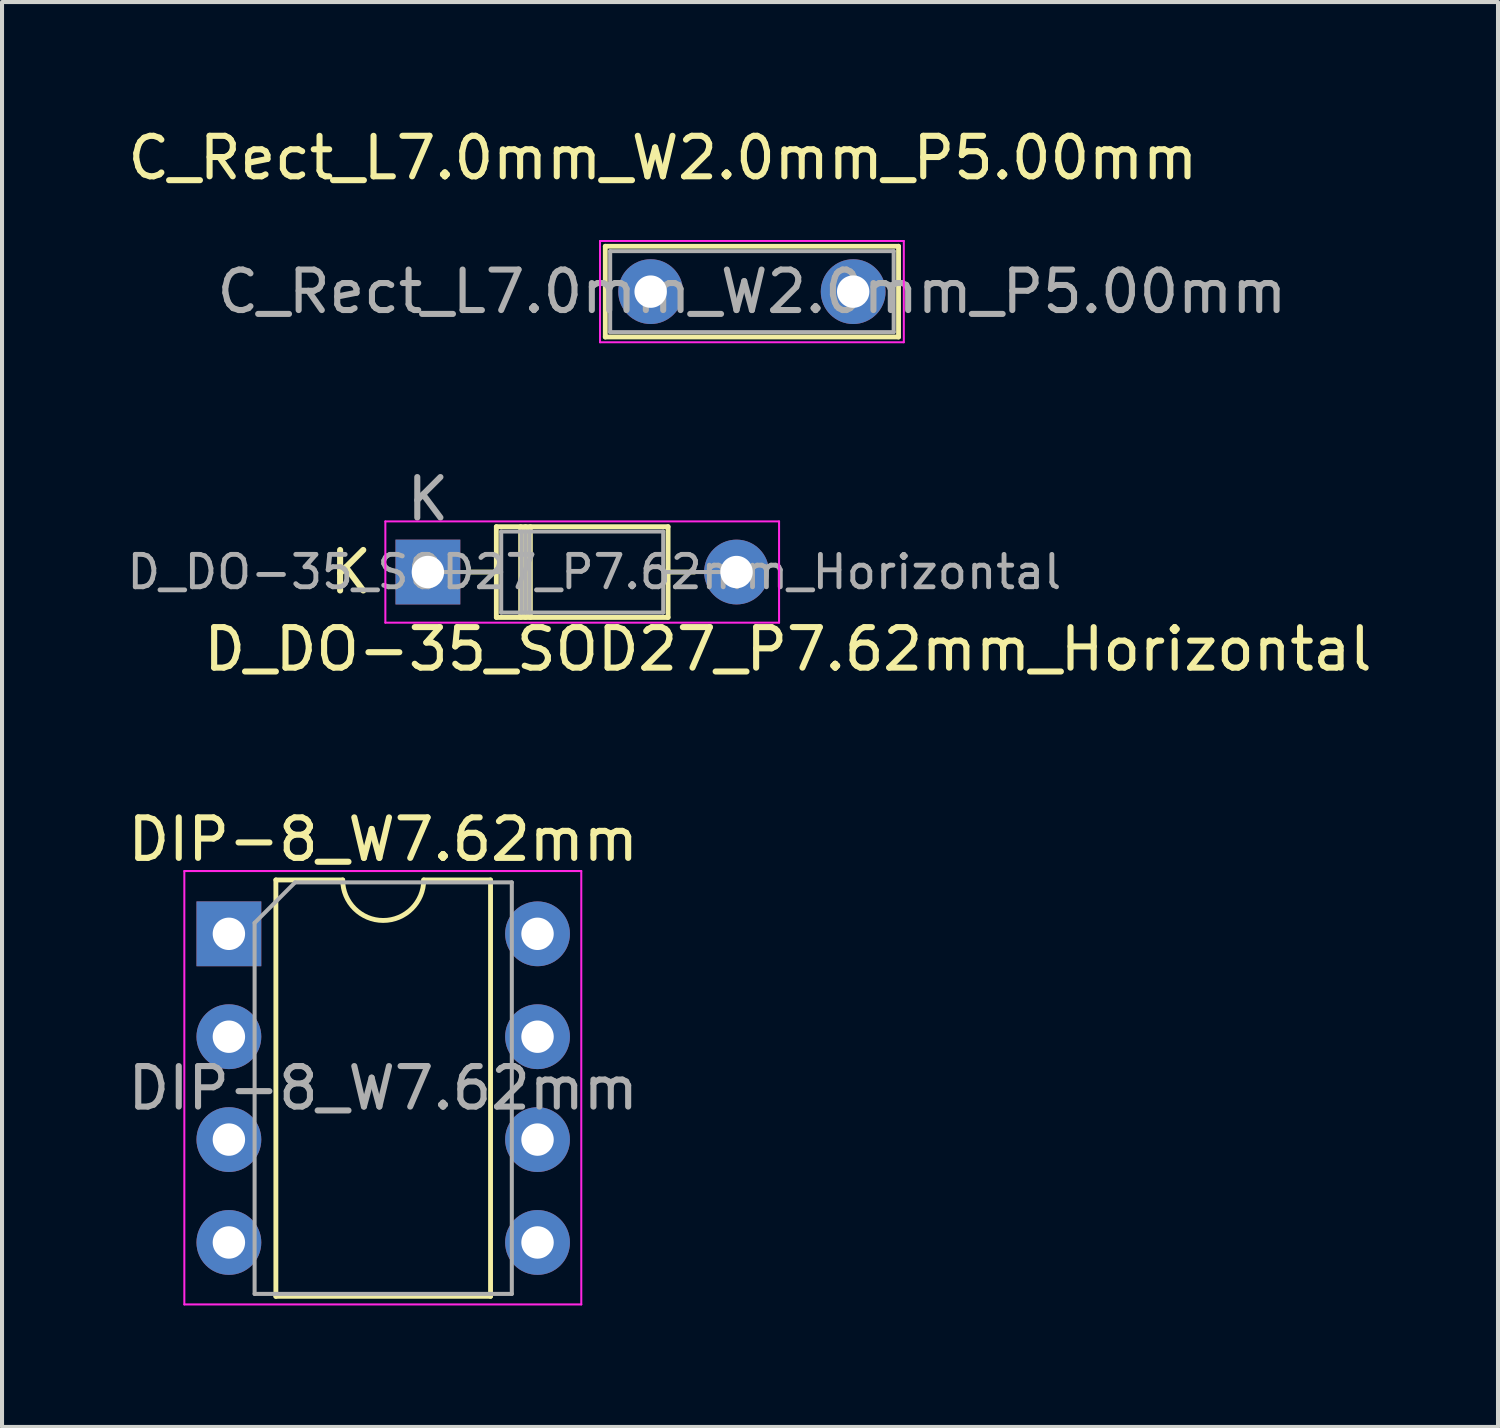
<source format=kicad_pcb>
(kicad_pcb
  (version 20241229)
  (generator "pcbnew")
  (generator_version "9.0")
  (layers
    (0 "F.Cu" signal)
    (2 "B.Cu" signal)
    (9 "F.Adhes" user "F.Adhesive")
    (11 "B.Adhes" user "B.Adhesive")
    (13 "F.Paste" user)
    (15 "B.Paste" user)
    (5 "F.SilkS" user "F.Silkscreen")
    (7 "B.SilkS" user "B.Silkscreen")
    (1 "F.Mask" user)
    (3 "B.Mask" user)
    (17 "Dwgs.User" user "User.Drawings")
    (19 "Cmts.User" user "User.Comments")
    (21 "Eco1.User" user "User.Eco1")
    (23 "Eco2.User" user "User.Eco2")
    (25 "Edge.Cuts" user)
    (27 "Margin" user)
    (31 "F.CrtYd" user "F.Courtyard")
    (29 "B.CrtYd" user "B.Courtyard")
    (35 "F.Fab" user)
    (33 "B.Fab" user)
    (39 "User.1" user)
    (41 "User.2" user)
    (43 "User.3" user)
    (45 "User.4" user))
  (footprint "C_Rect_L7.0mm_W2.0mm_P5.00mm"
    (layer "F.Cu")
    (at 13.014 4.15)
    (property "Reference" "C_Rect_L7.0mm_W2.0mm_P5.00mm" (at 0.301 -3.302 0) (layer "F.SilkS") (effects (font (size 1 1) (thickness 0.15))))
    (attr through_hole)
    (fp_line (start -1.12 -1.12) (end -1.12 1.12) (stroke (width 0.12) (type solid)) (layer "F.SilkS"))
    (fp_line (start -1.12 -1.12) (end 6.12 -1.12) (stroke (width 0.12) (type solid)) (layer "F.SilkS"))
    (fp_line (start -1.12 1.12) (end 6.12 1.12) (stroke (width 0.12) (type solid)) (layer "F.SilkS"))
    (fp_line (start 6.12 -1.12) (end 6.12 1.12) (stroke (width 0.12) (type solid)) (layer "F.SilkS"))
    (fp_line (start -1.25 -1.25) (end -1.25 1.25) (stroke (width 0.05) (type solid)) (layer "F.CrtYd"))
    (fp_line (start -1.25 1.25) (end 6.25 1.25) (stroke (width 0.05) (type solid)) (layer "F.CrtYd"))
    (fp_line (start 6.25 -1.25) (end -1.25 -1.25) (stroke (width 0.05) (type solid)) (layer "F.CrtYd"))
    (fp_line (start 6.25 1.25) (end 6.25 -1.25) (stroke (width 0.05) (type solid)) (layer "F.CrtYd"))
    (fp_line (start -1 -1) (end -1 1) (stroke (width 0.1) (type solid)) (layer "F.Fab"))
    (fp_line (start -1 1) (end 6 1) (stroke (width 0.1) (type solid)) (layer "F.Fab"))
    (fp_line (start 6 -1) (end -1 -1) (stroke (width 0.1) (type solid)) (layer "F.Fab"))
    (fp_line (start 6 1) (end 6 -1) (stroke (width 0.1) (type solid)) (layer "F.Fab"))
    (fp_text user "${REFERENCE}" (at 2.5 0 0) (layer "F.Fab") (effects (font (size 1 1) (thickness 0.15))))
    (pad "1" thru_hole circle (at 0 0) (size 1.6 1.6) (drill 0.8) (layers "*.Cu" "*.Mask"))
    (pad "2" thru_hole circle (at 5 0) (size 1.6 1.6) (drill 0.8) (layers "*.Cu" "*.Mask")))
  (footprint "D_DO-35_SOD27_P7.62mm_Horizontal"
    (layer "F.Cu")
    (at 7.514 11.073)
    (property "Reference" "D_DO-35_SOD27_P7.62mm_Horizontal" (at 8.89 1.905 180) (layer "F.SilkS") (effects (font (size 1 1) (thickness 0.15))))
    (attr through_hole)
    (fp_line (start 1.04 0) (end 1.69 0) (stroke (width 0.12) (type solid)) (layer "F.SilkS"))
    (fp_line (start 1.69 -1.12) (end 1.69 1.12) (stroke (width 0.12) (type solid)) (layer "F.SilkS"))
    (fp_line (start 1.69 1.12) (end 5.93 1.12) (stroke (width 0.12) (type solid)) (layer "F.SilkS"))
    (fp_line (start 2.29 -1.12) (end 2.29 1.12) (stroke (width 0.12) (type solid)) (layer "F.SilkS"))
    (fp_line (start 2.41 -1.12) (end 2.41 1.12) (stroke (width 0.12) (type solid)) (layer "F.SilkS"))
    (fp_line (start 2.53 -1.12) (end 2.53 1.12) (stroke (width 0.12) (type solid)) (layer "F.SilkS"))
    (fp_line (start 5.93 -1.12) (end 1.69 -1.12) (stroke (width 0.12) (type solid)) (layer "F.SilkS"))
    (fp_line (start 5.93 1.12) (end 5.93 -1.12) (stroke (width 0.12) (type solid)) (layer "F.SilkS"))
    (fp_line (start 6.58 0) (end 5.93 0) (stroke (width 0.12) (type solid)) (layer "F.SilkS"))
    (fp_line (start -1.05 -1.25) (end -1.05 1.25) (stroke (width 0.05) (type solid)) (layer "F.CrtYd"))
    (fp_line (start -1.05 1.25) (end 8.67 1.25) (stroke (width 0.05) (type solid)) (layer "F.CrtYd"))
    (fp_line (start 8.67 -1.25) (end -1.05 -1.25) (stroke (width 0.05) (type solid)) (layer "F.CrtYd"))
    (fp_line (start 8.67 1.25) (end 8.67 -1.25) (stroke (width 0.05) (type solid)) (layer "F.CrtYd"))
    (fp_line (start 0 0) (end 1.81 0) (stroke (width 0.1) (type solid)) (layer "F.Fab"))
    (fp_line (start 1.81 -1) (end 1.81 1) (stroke (width 0.1) (type solid)) (layer "F.Fab"))
    (fp_line (start 1.81 1) (end 5.81 1) (stroke (width 0.1) (type solid)) (layer "F.Fab"))
    (fp_line (start 2.31 -1) (end 2.31 1) (stroke (width 0.1) (type solid)) (layer "F.Fab"))
    (fp_line (start 2.41 -1) (end 2.41 1) (stroke (width 0.1) (type solid)) (layer "F.Fab"))
    (fp_line (start 2.51 -1) (end 2.51 1) (stroke (width 0.1) (type solid)) (layer "F.Fab"))
    (fp_line (start 5.81 -1) (end 1.81 -1) (stroke (width 0.1) (type solid)) (layer "F.Fab"))
    (fp_line (start 5.81 1) (end 5.81 -1) (stroke (width 0.1) (type solid)) (layer "F.Fab"))
    (fp_line (start 7.62 0) (end 5.81 0) (stroke (width 0.1) (type solid)) (layer "F.Fab"))
    (fp_text user "K" (at -1.905 0 180) (layer "F.SilkS") (effects (font (size 1 1) (thickness 0.15))))
    (fp_text user "K" (at 0 -1.8 180) (layer "F.Fab") (effects (font (size 1 1) (thickness 0.15))))
    (fp_text user "${REFERENCE}" (at 4.11 0 180) (layer "F.Fab") (effects (font (size 0.8 0.8) (thickness 0.12))))
    (pad "1" thru_hole rect (at 0 0) (size 1.6 1.6) (drill 0.8) (layers "*.Cu" "*.Mask"))
    (pad "2" thru_hole oval (at 7.62 0) (size 1.6 1.6) (drill 0.8) (layers "*.Cu" "*.Mask")))
  (footprint "DIP-8_W7.62mm"
    (layer "F.Cu")
    (at 2.601 20.005)
    (property "Reference" "DIP-8_W7.62mm" (at 3.81 -2.33 0) (layer "F.SilkS") (effects (font (size 1 1) (thickness 0.15))))
    (attr through_hole)
    (fp_line (start 1.16 -1.33) (end 1.16 8.95) (stroke (width 0.12) (type solid)) (layer "F.SilkS"))
    (fp_line (start 1.16 8.95) (end 6.46 8.95) (stroke (width 0.12) (type solid)) (layer "F.SilkS"))
    (fp_line (start 2.81 -1.33) (end 1.16 -1.33) (stroke (width 0.12) (type solid)) (layer "F.SilkS"))
    (fp_line (start 6.46 -1.33) (end 4.81 -1.33) (stroke (width 0.12) (type solid)) (layer "F.SilkS"))
    (fp_line (start 6.46 8.95) (end 6.46 -1.33) (stroke (width 0.12) (type solid)) (layer "F.SilkS"))
    (fp_arc (start 4.81 -1.33) (mid 3.81 -0.33) (end 2.81 -1.33) (stroke (width 0.12) (type solid)) (layer "F.SilkS"))
    (fp_line (start -1.1 -1.55) (end -1.1 9.15) (stroke (width 0.05) (type solid)) (layer "F.CrtYd"))
    (fp_line (start -1.1 9.15) (end 8.7 9.15) (stroke (width 0.05) (type solid)) (layer "F.CrtYd"))
    (fp_line (start 8.7 -1.55) (end -1.1 -1.55) (stroke (width 0.05) (type solid)) (layer "F.CrtYd"))
    (fp_line (start 8.7 9.15) (end 8.7 -1.55) (stroke (width 0.05) (type solid)) (layer "F.CrtYd"))
    (fp_line (start 0.635 -0.27) (end 1.635 -1.27) (stroke (width 0.1) (type solid)) (layer "F.Fab"))
    (fp_line (start 0.635 8.89) (end 0.635 -0.27) (stroke (width 0.1) (type solid)) (layer "F.Fab"))
    (fp_line (start 1.635 -1.27) (end 6.985 -1.27) (stroke (width 0.1) (type solid)) (layer "F.Fab"))
    (fp_line (start 6.985 -1.27) (end 6.985 8.89) (stroke (width 0.1) (type solid)) (layer "F.Fab"))
    (fp_line (start 6.985 8.89) (end 0.635 8.89) (stroke (width 0.1) (type solid)) (layer "F.Fab"))
    (fp_text user "${REFERENCE}" (at 3.81 3.81 0) (layer "F.Fab") (effects (font (size 1 1) (thickness 0.15))))
    (pad "1" thru_hole rect (at 0 0) (size 1.6 1.6) (drill 0.8) (layers "*.Cu" "*.Mask"))
    (pad "2" thru_hole oval (at 0 2.54) (size 1.6 1.6) (drill 0.8) (layers "*.Cu" "*.Mask"))
    (pad "3" thru_hole oval (at 0 5.08) (size 1.6 1.6) (drill 0.8) (layers "*.Cu" "*.Mask"))
    (pad "4" thru_hole oval (at 0 7.62) (size 1.6 1.6) (drill 0.8) (layers "*.Cu" "*.Mask"))
    (pad "5" thru_hole oval (at 7.62 7.62) (size 1.6 1.6) (drill 0.8) (layers "*.Cu" "*.Mask"))
    (pad "6" thru_hole oval (at 7.62 5.08) (size 1.6 1.6) (drill 0.8) (layers "*.Cu" "*.Mask"))
    (pad "7" thru_hole oval (at 7.62 2.54) (size 1.6 1.6) (drill 0.8) (layers "*.Cu" "*.Mask"))
    (pad "8" thru_hole oval (at 7.62 0) (size 1.6 1.6) (drill 0.8) (layers "*.Cu" "*.Mask")))
  (gr_rect
    (start -3 -3)
    (end 33.934 32.18)
    (stroke (width 0.1) (type default))
    (fill no)
    (layer "Edge.Cuts")))
</source>
